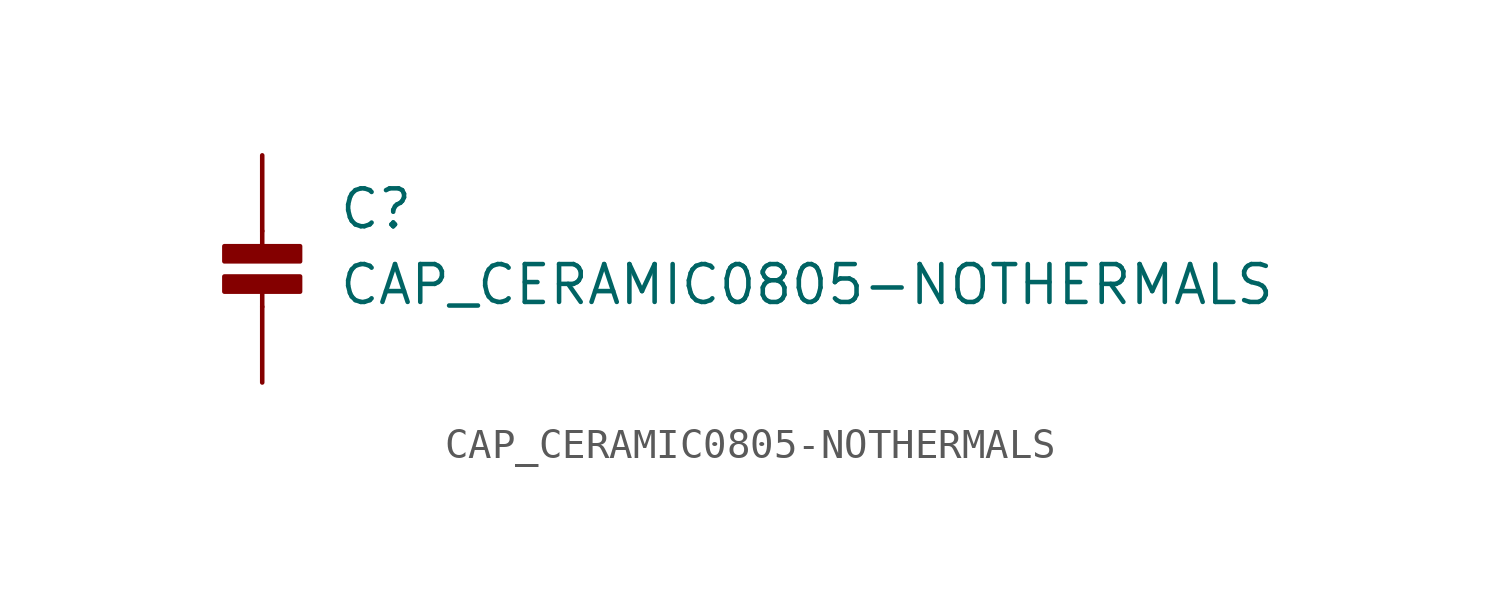
<source format=kicad_sym>
(kicad_symbol_lib
  (version 20220331)
  (generator kicad_symbol_editor)
  (symbol "CAP_CERAMIC0805-NOTHERMALS"
    (property "Reference" "C"
      (at 2.54 2.54 0)
      (effects (font (size 1.27 1.27)) (justify left bottom)))
    (property "Value" "CAP_CERAMIC0805-NOTHERMALS"
      (at 2.54 0 0)
      (effects (font (size 1.27 1.27)) (justify left bottom)))
    (property "ki_locked" ""
      (at 0 0 0)
      (effects (font (size 1.27 1.27))))
    (symbol "CAP_CERAMIC0805-NOTHERMALS_1_0"
      (rectangle (start -1.27 0.508) (end 1.27 1.016) (stroke (width 0) (type default)) (fill (type outline)))
      (rectangle (start -1.27 1.524) (end 1.27 2.032) (stroke (width 0) (type default)) (fill (type outline)))
      (polyline (pts (xy 0 0.762) (xy 0 0)) (stroke (width 0.152) (type solid)) (fill (type none)))
      (polyline (pts (xy 0 2.54) (xy 0 1.778)) (stroke (width 0.152) (type solid)) (fill (type none)))
      (pin passive line (at 0 5.08 270) (length 2.54) (name "P$1" (effects (font (size 0 0)))) (number "1" (effects (font (size 0 0)))))
      (pin passive line (at 0 -2.54 90) (length 2.54) (name "P$2" (effects (font (size 0 0)))) (number "2" (effects (font (size 0 0))))))))
</source>
